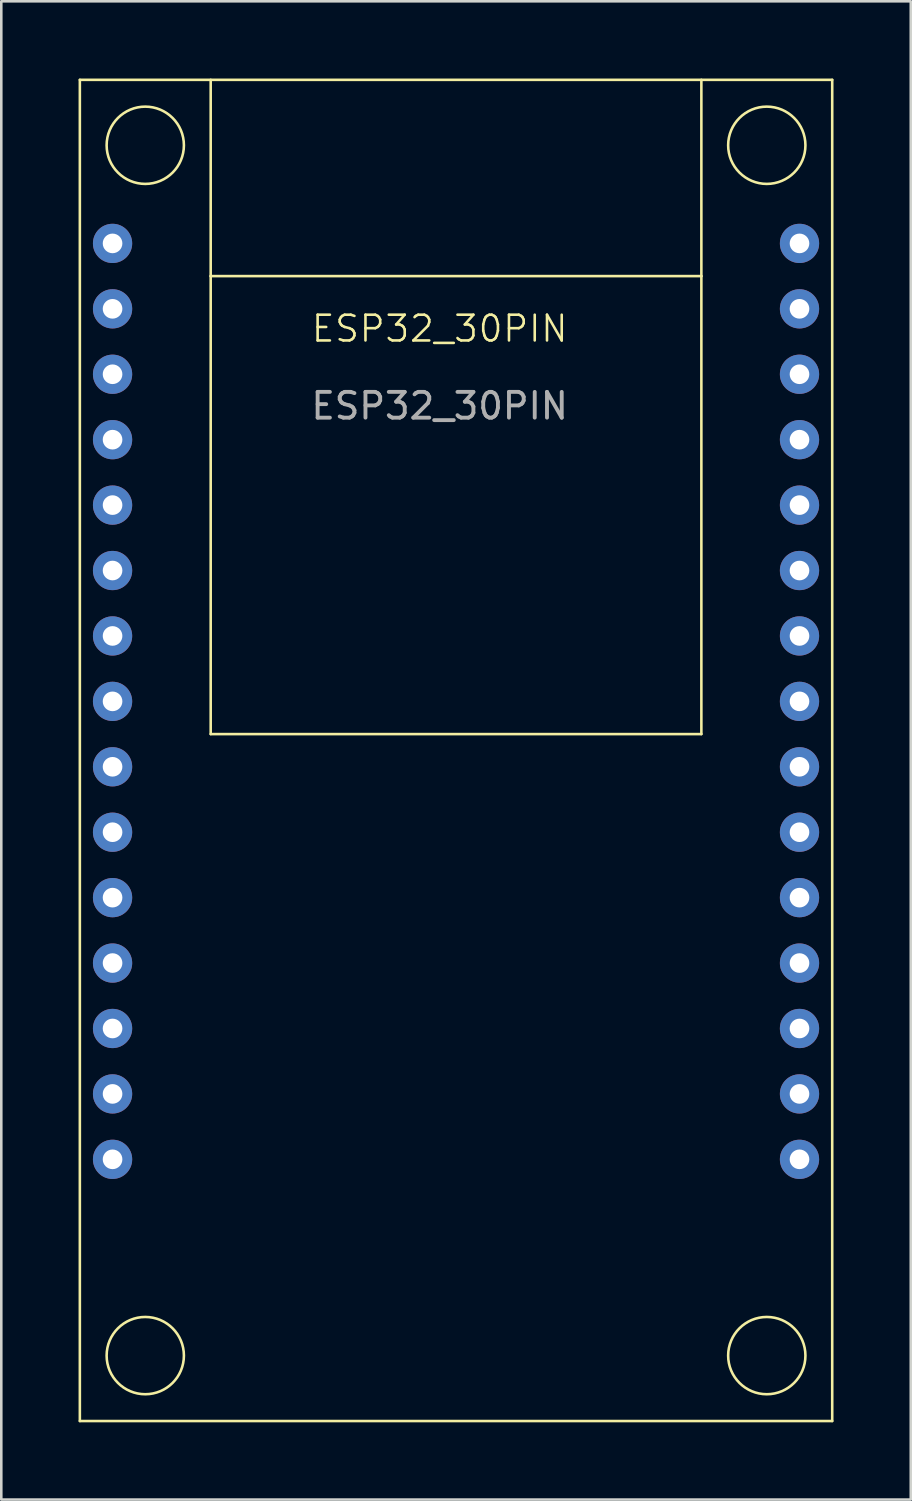
<source format=kicad_pcb>
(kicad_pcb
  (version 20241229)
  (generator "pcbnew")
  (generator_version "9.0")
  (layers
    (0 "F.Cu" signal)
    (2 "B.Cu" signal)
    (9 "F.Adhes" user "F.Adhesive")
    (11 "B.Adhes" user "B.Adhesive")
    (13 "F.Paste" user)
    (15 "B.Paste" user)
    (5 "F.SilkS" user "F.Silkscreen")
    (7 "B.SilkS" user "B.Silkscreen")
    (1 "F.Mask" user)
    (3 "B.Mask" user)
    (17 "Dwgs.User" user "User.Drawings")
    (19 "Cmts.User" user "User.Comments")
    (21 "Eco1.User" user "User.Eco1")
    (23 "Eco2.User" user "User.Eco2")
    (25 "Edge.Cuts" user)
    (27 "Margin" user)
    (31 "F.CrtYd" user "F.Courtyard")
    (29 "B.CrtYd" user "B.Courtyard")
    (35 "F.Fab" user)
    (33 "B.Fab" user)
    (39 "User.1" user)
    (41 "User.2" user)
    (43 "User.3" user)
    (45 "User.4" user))
  (footprint "ESP32_30PIN"
    (layer "F.Cu")
    (at 14.02 10.21)
    (property "Reference" "ESP32_30PIN" (at 0 -0.5 0) (unlocked yes) (layer "F.SilkS") (effects (font (size 1 1) (thickness 0.1))))
    (attr through_hole)
    (fp_line (start -13.97 41.91) (end -13.97 -10.16) (stroke (width 0.1) (type default)) (layer "F.SilkS"))
    (fp_line (start -13.97 41.91) (end 15.24 41.91) (stroke (width 0.1) (type default)) (layer "F.SilkS"))
    (fp_line (start -8.89 -2.54) (end -8.89 -10.16) (stroke (width 0.1) (type default)) (layer "F.SilkS"))
    (fp_line (start -8.89 15.24) (end -8.89 -2.54) (stroke (width 0.1) (type default)) (layer "F.SilkS"))
    (fp_line (start 10.16 -10.16) (end 10.16 -2.54) (stroke (width 0.1) (type default)) (layer "F.SilkS"))
    (fp_line (start 10.16 -2.54) (end -8.89 -2.54) (stroke (width 0.1) (type default)) (layer "F.SilkS"))
    (fp_line (start 10.16 -2.54) (end 10.16 15.24) (stroke (width 0.1) (type default)) (layer "F.SilkS"))
    (fp_line (start 10.16 15.24) (end -8.89 15.24) (stroke (width 0.1) (type default)) (layer "F.SilkS"))
    (fp_line (start 15.24 -10.16) (end -13.97 -10.16) (stroke (width 0.1) (type default)) (layer "F.SilkS"))
    (fp_line (start 15.24 41.91) (end 15.24 -10.16) (stroke (width 0.1) (type default)) (layer "F.SilkS"))
    (fp_circle (center -11.43 -7.62) (end -9.93 -7.62) (stroke (width 0.1) (type default)) (fill no) (layer "F.SilkS"))
    (fp_circle (center -11.43 39.37) (end -9.93 39.37) (stroke (width 0.1) (type default)) (fill no) (layer "F.SilkS"))
    (fp_circle (center 12.7 -7.62) (end 14.2 -7.62) (stroke (width 0.1) (type default)) (fill no) (layer "F.SilkS"))
    (fp_circle (center 12.7 39.37) (end 14.2 39.37) (stroke (width 0.1) (type default)) (fill no) (layer "F.SilkS"))
    (fp_text user "${REFERENCE}" (at 0 2.5 0) (unlocked yes) (layer "F.Fab") (effects (font (size 1 1) (thickness 0.15))))
    (pad "1" thru_hole circle (at -12.7 -3.81) (size 1.524 1.524) (drill 0.762) (layers "*.Cu" "*.Mask"))
    (pad "2" thru_hole circle (at -12.7 -1.27) (size 1.524 1.524) (drill 0.762) (layers "*.Cu" "*.Mask"))
    (pad "3" thru_hole circle (at -12.7 1.27) (size 1.524 1.524) (drill 0.762) (layers "*.Cu" "*.Mask"))
    (pad "4" thru_hole circle (at -12.7 3.81) (size 1.524 1.524) (drill 0.762) (layers "*.Cu" "*.Mask"))
    (pad "5" thru_hole circle (at -12.7 6.35) (size 1.524 1.524) (drill 0.762) (layers "*.Cu" "*.Mask"))
    (pad "6" thru_hole circle (at -12.7 8.89) (size 1.524 1.524) (drill 0.762) (layers "*.Cu" "*.Mask"))
    (pad "7" thru_hole circle (at -12.7 11.43) (size 1.524 1.524) (drill 0.762) (layers "*.Cu" "*.Mask"))
    (pad "8" thru_hole circle (at -12.7 13.97) (size 1.524 1.524) (drill 0.762) (layers "*.Cu" "*.Mask"))
    (pad "9" thru_hole circle (at -12.7 16.51) (size 1.524 1.524) (drill 0.762) (layers "*.Cu" "*.Mask"))
    (pad "10" thru_hole circle (at -12.7 19.05) (size 1.524 1.524) (drill 0.762) (layers "*.Cu" "*.Mask"))
    (pad "11" thru_hole circle (at -12.7 21.59) (size 1.524 1.524) (drill 0.762) (layers "*.Cu" "*.Mask"))
    (pad "12" thru_hole circle (at -12.7 24.13) (size 1.524 1.524) (drill 0.762) (layers "*.Cu" "*.Mask"))
    (pad "13" thru_hole circle (at -12.7 26.67) (size 1.524 1.524) (drill 0.762) (layers "*.Cu" "*.Mask"))
    (pad "14" thru_hole circle (at -12.7 29.21) (size 1.524 1.524) (drill 0.762) (layers "*.Cu" "*.Mask"))
    (pad "15" thru_hole circle (at -12.7 31.75) (size 1.524 1.524) (drill 0.762) (layers "*.Cu" "*.Mask"))
    (pad "16" thru_hole circle (at 13.97 -3.81) (size 1.524 1.524) (drill 0.762) (layers "*.Cu" "*.Mask"))
    (pad "17" thru_hole circle (at 13.97 -1.27) (size 1.524 1.524) (drill 0.762) (layers "*.Cu" "*.Mask"))
    (pad "18" thru_hole circle (at 13.97 1.27) (size 1.524 1.524) (drill 0.762) (layers "*.Cu" "*.Mask"))
    (pad "19" thru_hole circle (at 13.97 3.81) (size 1.524 1.524) (drill 0.762) (layers "*.Cu" "*.Mask"))
    (pad "20" thru_hole circle (at 13.97 6.35) (size 1.524 1.524) (drill 0.762) (layers "*.Cu" "*.Mask"))
    (pad "21" thru_hole circle (at 13.97 8.89) (size 1.524 1.524) (drill 0.762) (layers "*.Cu" "*.Mask"))
    (pad "22" thru_hole circle (at 13.97 11.43) (size 1.524 1.524) (drill 0.762) (layers "*.Cu" "*.Mask"))
    (pad "23" thru_hole circle (at 13.97 13.97) (size 1.524 1.524) (drill 0.762) (layers "*.Cu" "*.Mask"))
    (pad "24" thru_hole circle (at 13.97 16.51) (size 1.524 1.524) (drill 0.762) (layers "*.Cu" "*.Mask"))
    (pad "25" thru_hole circle (at 13.97 19.05) (size 1.524 1.524) (drill 0.762) (layers "*.Cu" "*.Mask"))
    (pad "26" thru_hole circle (at 13.97 21.59) (size 1.524 1.524) (drill 0.762) (layers "*.Cu" "*.Mask"))
    (pad "27" thru_hole circle (at 13.97 24.13) (size 1.524 1.524) (drill 0.762) (layers "*.Cu" "*.Mask"))
    (pad "28" thru_hole circle (at 13.97 26.67) (size 1.524 1.524) (drill 0.762) (layers "*.Cu" "*.Mask"))
    (pad "29" thru_hole circle (at 13.97 29.21) (size 1.524 1.524) (drill 0.762) (layers "*.Cu" "*.Mask"))
    (pad "30" thru_hole circle (at 13.97 31.75) (size 1.524 1.524) (drill 0.762) (layers "*.Cu" "*.Mask")))
  (gr_rect
    (start -3 -3)
    (end 32.31 55.17)
    (stroke (width 0.1) (type default))
    (fill no)
    (layer "Edge.Cuts")))
</source>
